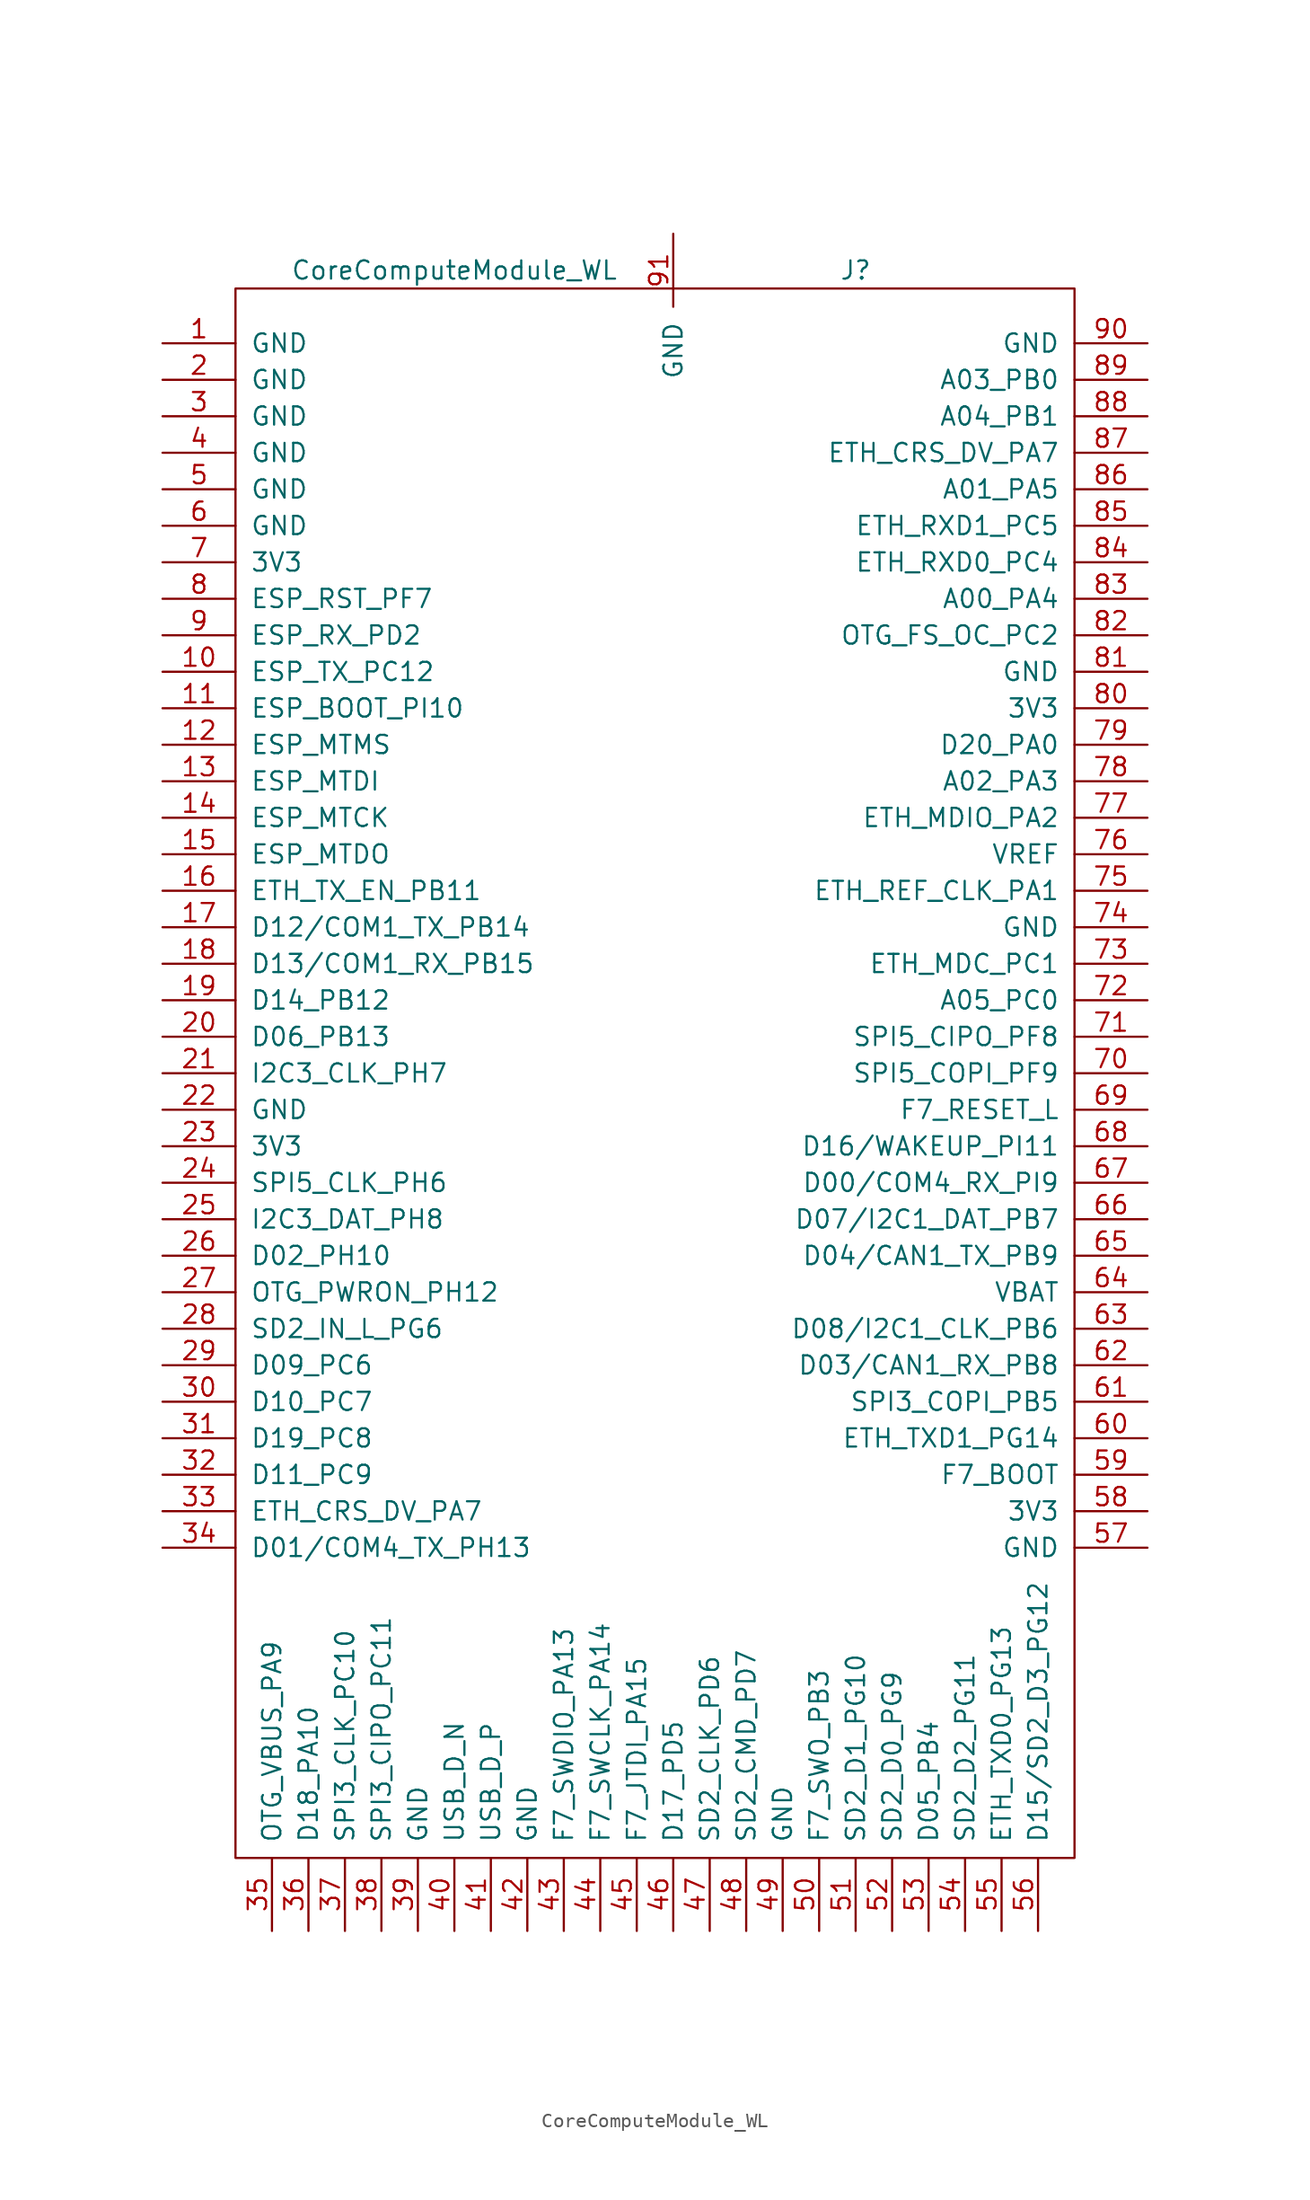
<source format=kicad_sym>
(kicad_symbol_lib
  (version 20211014)
  (generator kicad_symbol_editor)
  (symbol "CoreComputeModule_WL"
    (pin_names
      (offset 1.016))
    (property "Reference" "J"
      (at 12.7 64.77 0)
      (effects (font (size 1.27 1.27))))
    (property "Value" "CoreComputeModule_WL"
      (at -15.24 64.77 0)
      (effects (font (size 1.27 1.27))))
    (symbol "CoreComputeModule_WL_0_1"
      (rectangle (start -30.48 63.5) (end 27.94 -45.72) (stroke (width 0) (type default) (color 0 0 0 0)) (fill (type none))))
    (symbol "CoreComputeModule_WL_1_1"
      (pin power_in line (at -35.56 59.69 0) (length 5.08) (name "GND" (effects (font (size 1.27 1.27)))) (number "1" (effects (font (size 1.27 1.27)))))
      (pin bidirectional line (at -35.56 36.83 0) (length 5.08) (name "ESP_TX_PC12" (effects (font (size 1.27 1.27)))) (number "10" (effects (font (size 1.27 1.27)))))
      (pin bidirectional line (at -35.56 34.29 0) (length 5.08) (name "ESP_BOOT_PI10" (effects (font (size 1.27 1.27)))) (number "11" (effects (font (size 1.27 1.27)))))
      (pin bidirectional line (at -35.56 31.75 0) (length 5.08) (name "ESP_MTMS" (effects (font (size 1.27 1.27)))) (number "12" (effects (font (size 1.27 1.27)))))
      (pin bidirectional line (at -35.56 29.21 0) (length 5.08) (name "ESP_MTDI" (effects (font (size 1.27 1.27)))) (number "13" (effects (font (size 1.27 1.27)))))
      (pin bidirectional line (at -35.56 26.67 0) (length 5.08) (name "ESP_MTCK" (effects (font (size 1.27 1.27)))) (number "14" (effects (font (size 1.27 1.27)))))
      (pin bidirectional line (at -35.56 24.13 0) (length 5.08) (name "ESP_MTDO" (effects (font (size 1.27 1.27)))) (number "15" (effects (font (size 1.27 1.27)))))
      (pin bidirectional line (at -35.56 21.59 0) (length 5.08) (name "ETH_TX_EN_PB11" (effects (font (size 1.27 1.27)))) (number "16" (effects (font (size 1.27 1.27)))))
      (pin bidirectional line (at -35.56 19.05 0) (length 5.08) (name "D12/COM1_TX_PB14" (effects (font (size 1.27 1.27)))) (number "17" (effects (font (size 1.27 1.27)))))
      (pin bidirectional line (at -35.56 16.51 0) (length 5.08) (name "D13/COM1_RX_PB15" (effects (font (size 1.27 1.27)))) (number "18" (effects (font (size 1.27 1.27)))))
      (pin bidirectional line (at -35.56 13.97 0) (length 5.08) (name "D14_PB12" (effects (font (size 1.27 1.27)))) (number "19" (effects (font (size 1.27 1.27)))))
      (pin power_in line (at -35.56 57.15 0) (length 5.08) (name "GND" (effects (font (size 1.27 1.27)))) (number "2" (effects (font (size 1.27 1.27)))))
      (pin bidirectional line (at -35.56 11.43 0) (length 5.08) (name "D06_PB13" (effects (font (size 1.27 1.27)))) (number "20" (effects (font (size 1.27 1.27)))))
      (pin bidirectional line (at -35.56 8.89 0) (length 5.08) (name "I2C3_CLK_PH7" (effects (font (size 1.27 1.27)))) (number "21" (effects (font (size 1.27 1.27)))))
      (pin power_in line (at -35.56 6.35 0) (length 5.08) (name "GND" (effects (font (size 1.27 1.27)))) (number "22" (effects (font (size 1.27 1.27)))))
      (pin power_in line (at -35.56 3.81 0) (length 5.08) (name "3V3" (effects (font (size 1.27 1.27)))) (number "23" (effects (font (size 1.27 1.27)))))
      (pin bidirectional line (at -35.56 1.27 0) (length 5.08) (name "SPI5_CLK_PH6" (effects (font (size 1.27 1.27)))) (number "24" (effects (font (size 1.27 1.27)))))
      (pin bidirectional line (at -35.56 -1.27 0) (length 5.08) (name "I2C3_DAT_PH8" (effects (font (size 1.27 1.27)))) (number "25" (effects (font (size 1.27 1.27)))))
      (pin bidirectional line (at -35.56 -3.81 0) (length 5.08) (name "D02_PH10" (effects (font (size 1.27 1.27)))) (number "26" (effects (font (size 1.27 1.27)))))
      (pin bidirectional line (at -35.56 -6.35 0) (length 5.08) (name "OTG_PWRON_PH12" (effects (font (size 1.27 1.27)))) (number "27" (effects (font (size 1.27 1.27)))))
      (pin bidirectional line (at -35.56 -8.89 0) (length 5.08) (name "SD2_IN_L_PG6" (effects (font (size 1.27 1.27)))) (number "28" (effects (font (size 1.27 1.27)))))
      (pin bidirectional line (at -35.56 -11.43 0) (length 5.08) (name "D09_PC6" (effects (font (size 1.27 1.27)))) (number "29" (effects (font (size 1.27 1.27)))))
      (pin power_in line (at -35.56 54.61 0) (length 5.08) (name "GND" (effects (font (size 1.27 1.27)))) (number "3" (effects (font (size 1.27 1.27)))))
      (pin bidirectional line (at -35.56 -13.97 0) (length 5.08) (name "D10_PC7" (effects (font (size 1.27 1.27)))) (number "30" (effects (font (size 1.27 1.27)))))
      (pin bidirectional line (at -35.56 -16.51 0) (length 5.08) (name "D19_PC8" (effects (font (size 1.27 1.27)))) (number "31" (effects (font (size 1.27 1.27)))))
      (pin bidirectional line (at -35.56 -19.05 0) (length 5.08) (name "D11_PC9" (effects (font (size 1.27 1.27)))) (number "32" (effects (font (size 1.27 1.27)))))
      (pin bidirectional line (at -35.56 -21.59 0) (length 5.08) (name "ETH_CRS_DV_PA7" (effects (font (size 1.27 1.27)))) (number "33" (effects (font (size 1.27 1.27)))))
      (pin bidirectional line (at -35.56 -24.13 0) (length 5.08) (name "D01/COM4_TX_PH13" (effects (font (size 1.27 1.27)))) (number "34" (effects (font (size 1.27 1.27)))))
      (pin bidirectional line (at -27.94 -50.8 90) (length 5.08) (name "OTG_VBUS_PA9" (effects (font (size 1.27 1.27)))) (number "35" (effects (font (size 1.27 1.27)))))
      (pin bidirectional line (at -25.4 -50.8 90) (length 5.08) (name "D18_PA10" (effects (font (size 1.27 1.27)))) (number "36" (effects (font (size 1.27 1.27)))))
      (pin bidirectional line (at -22.86 -50.8 90) (length 5.08) (name "SPI3_CLK_PC10" (effects (font (size 1.27 1.27)))) (number "37" (effects (font (size 1.27 1.27)))))
      (pin bidirectional line (at -20.32 -50.8 90) (length 5.08) (name "SPI3_CIPO_PC11" (effects (font (size 1.27 1.27)))) (number "38" (effects (font (size 1.27 1.27)))))
      (pin power_in line (at -17.78 -50.8 90) (length 5.08) (name "GND" (effects (font (size 1.27 1.27)))) (number "39" (effects (font (size 1.27 1.27)))))
      (pin power_in line (at -35.56 52.07 0) (length 5.08) (name "GND" (effects (font (size 1.27 1.27)))) (number "4" (effects (font (size 1.27 1.27)))))
      (pin bidirectional line (at -15.24 -50.8 90) (length 5.08) (name "USB_D_N" (effects (font (size 1.27 1.27)))) (number "40" (effects (font (size 1.27 1.27)))))
      (pin bidirectional line (at -12.7 -50.8 90) (length 5.08) (name "USB_D_P" (effects (font (size 1.27 1.27)))) (number "41" (effects (font (size 1.27 1.27)))))
      (pin power_in line (at -10.16 -50.8 90) (length 5.08) (name "GND" (effects (font (size 1.27 1.27)))) (number "42" (effects (font (size 1.27 1.27)))))
      (pin bidirectional line (at -7.62 -50.8 90) (length 5.08) (name "F7_SWDIO_PA13" (effects (font (size 1.27 1.27)))) (number "43" (effects (font (size 1.27 1.27)))))
      (pin bidirectional line (at -5.08 -50.8 90) (length 5.08) (name "F7_SWCLK_PA14" (effects (font (size 1.27 1.27)))) (number "44" (effects (font (size 1.27 1.27)))))
      (pin bidirectional line (at -2.54 -50.8 90) (length 5.08) (name "F7_JTDI_PA15" (effects (font (size 1.27 1.27)))) (number "45" (effects (font (size 1.27 1.27)))))
      (pin bidirectional line (at 0 -50.8 90) (length 5.08) (name "D17_PD5" (effects (font (size 1.27 1.27)))) (number "46" (effects (font (size 1.27 1.27)))))
      (pin bidirectional line (at 2.54 -50.8 90) (length 5.08) (name "SD2_CLK_PD6" (effects (font (size 1.27 1.27)))) (number "47" (effects (font (size 1.27 1.27)))))
      (pin bidirectional line (at 5.08 -50.8 90) (length 5.08) (name "SD2_CMD_PD7" (effects (font (size 1.27 1.27)))) (number "48" (effects (font (size 1.27 1.27)))))
      (pin power_in line (at 7.62 -50.8 90) (length 5.08) (name "GND" (effects (font (size 1.27 1.27)))) (number "49" (effects (font (size 1.27 1.27)))))
      (pin power_in line (at -35.56 49.53 0) (length 5.08) (name "GND" (effects (font (size 1.27 1.27)))) (number "5" (effects (font (size 1.27 1.27)))))
      (pin bidirectional line (at 10.16 -50.8 90) (length 5.08) (name "F7_SWO_PB3" (effects (font (size 1.27 1.27)))) (number "50" (effects (font (size 1.27 1.27)))))
      (pin bidirectional line (at 12.7 -50.8 90) (length 5.08) (name "SD2_D1_PG10" (effects (font (size 1.27 1.27)))) (number "51" (effects (font (size 1.27 1.27)))))
      (pin bidirectional line (at 15.24 -50.8 90) (length 5.08) (name "SD2_D0_PG9" (effects (font (size 1.27 1.27)))) (number "52" (effects (font (size 1.27 1.27)))))
      (pin bidirectional line (at 17.78 -50.8 90) (length 5.08) (name "D05_PB4" (effects (font (size 1.27 1.27)))) (number "53" (effects (font (size 1.27 1.27)))))
      (pin bidirectional line (at 20.32 -50.8 90) (length 5.08) (name "SD2_D2_PG11" (effects (font (size 1.27 1.27)))) (number "54" (effects (font (size 1.27 1.27)))))
      (pin bidirectional line (at 22.86 -50.8 90) (length 5.08) (name "ETH_TXD0_PG13" (effects (font (size 1.27 1.27)))) (number "55" (effects (font (size 1.27 1.27)))))
      (pin bidirectional line (at 25.4 -50.8 90) (length 5.08) (name "D15/SD2_D3_PG12" (effects (font (size 1.27 1.27)))) (number "56" (effects (font (size 1.27 1.27)))))
      (pin power_in line (at 33.02 -24.13 180) (length 5.08) (name "GND" (effects (font (size 1.27 1.27)))) (number "57" (effects (font (size 1.27 1.27)))))
      (pin power_in line (at 33.02 -21.59 180) (length 5.08) (name "3V3" (effects (font (size 1.27 1.27)))) (number "58" (effects (font (size 1.27 1.27)))))
      (pin bidirectional line (at 33.02 -19.05 180) (length 5.08) (name "F7_BOOT" (effects (font (size 1.27 1.27)))) (number "59" (effects (font (size 1.27 1.27)))))
      (pin power_in line (at -35.56 46.99 0) (length 5.08) (name "GND" (effects (font (size 1.27 1.27)))) (number "6" (effects (font (size 1.27 1.27)))))
      (pin bidirectional line (at 33.02 -16.51 180) (length 5.08) (name "ETH_TXD1_PG14" (effects (font (size 1.27 1.27)))) (number "60" (effects (font (size 1.27 1.27)))))
      (pin bidirectional line (at 33.02 -13.97 180) (length 5.08) (name "SPI3_COPI_PB5" (effects (font (size 1.27 1.27)))) (number "61" (effects (font (size 1.27 1.27)))))
      (pin bidirectional line (at 33.02 -11.43 180) (length 5.08) (name "D03/CAN1_RX_PB8" (effects (font (size 1.27 1.27)))) (number "62" (effects (font (size 1.27 1.27)))))
      (pin bidirectional line (at 33.02 -8.89 180) (length 5.08) (name "D08/I2C1_CLK_PB6" (effects (font (size 1.27 1.27)))) (number "63" (effects (font (size 1.27 1.27)))))
      (pin power_in line (at 33.02 -6.35 180) (length 5.08) (name "VBAT" (effects (font (size 1.27 1.27)))) (number "64" (effects (font (size 1.27 1.27)))))
      (pin bidirectional line (at 33.02 -3.81 180) (length 5.08) (name "D04/CAN1_TX_PB9" (effects (font (size 1.27 1.27)))) (number "65" (effects (font (size 1.27 1.27)))))
      (pin bidirectional line (at 33.02 -1.27 180) (length 5.08) (name "D07/I2C1_DAT_PB7" (effects (font (size 1.27 1.27)))) (number "66" (effects (font (size 1.27 1.27)))))
      (pin bidirectional line (at 33.02 1.27 180) (length 5.08) (name "D00/COM4_RX_PI9" (effects (font (size 1.27 1.27)))) (number "67" (effects (font (size 1.27 1.27)))))
      (pin bidirectional line (at 33.02 3.81 180) (length 5.08) (name "D16/WAKEUP_PI11" (effects (font (size 1.27 1.27)))) (number "68" (effects (font (size 1.27 1.27)))))
      (pin bidirectional line (at 33.02 6.35 180) (length 5.08) (name "F7_RESET_L" (effects (font (size 1.27 1.27)))) (number "69" (effects (font (size 1.27 1.27)))))
      (pin power_in line (at -35.56 44.45 0) (length 5.08) (name "3V3" (effects (font (size 1.27 1.27)))) (number "7" (effects (font (size 1.27 1.27)))))
      (pin bidirectional line (at 33.02 8.89 180) (length 5.08) (name "SPI5_COPI_PF9" (effects (font (size 1.27 1.27)))) (number "70" (effects (font (size 1.27 1.27)))))
      (pin bidirectional line (at 33.02 11.43 180) (length 5.08) (name "SPI5_CIPO_PF8" (effects (font (size 1.27 1.27)))) (number "71" (effects (font (size 1.27 1.27)))))
      (pin bidirectional line (at 33.02 13.97 180) (length 5.08) (name "A05_PC0" (effects (font (size 1.27 1.27)))) (number "72" (effects (font (size 1.27 1.27)))))
      (pin bidirectional line (at 33.02 16.51 180) (length 5.08) (name "ETH_MDC_PC1" (effects (font (size 1.27 1.27)))) (number "73" (effects (font (size 1.27 1.27)))))
      (pin power_in line (at 33.02 19.05 180) (length 5.08) (name "GND" (effects (font (size 1.27 1.27)))) (number "74" (effects (font (size 1.27 1.27)))))
      (pin bidirectional line (at 33.02 21.59 180) (length 5.08) (name "ETH_REF_CLK_PA1" (effects (font (size 1.27 1.27)))) (number "75" (effects (font (size 1.27 1.27)))))
      (pin power_in line (at 33.02 24.13 180) (length 5.08) (name "VREF" (effects (font (size 1.27 1.27)))) (number "76" (effects (font (size 1.27 1.27)))))
      (pin bidirectional line (at 33.02 26.67 180) (length 5.08) (name "ETH_MDIO_PA2" (effects (font (size 1.27 1.27)))) (number "77" (effects (font (size 1.27 1.27)))))
      (pin bidirectional line (at 33.02 29.21 180) (length 5.08) (name "A02_PA3" (effects (font (size 1.27 1.27)))) (number "78" (effects (font (size 1.27 1.27)))))
      (pin bidirectional line (at 33.02 31.75 180) (length 5.08) (name "D20_PA0" (effects (font (size 1.27 1.27)))) (number "79" (effects (font (size 1.27 1.27)))))
      (pin bidirectional line (at -35.56 41.91 0) (length 5.08) (name "ESP_RST_PF7" (effects (font (size 1.27 1.27)))) (number "8" (effects (font (size 1.27 1.27)))))
      (pin power_in line (at 33.02 34.29 180) (length 5.08) (name "3V3" (effects (font (size 1.27 1.27)))) (number "80" (effects (font (size 1.27 1.27)))))
      (pin power_in line (at 33.02 36.83 180) (length 5.08) (name "GND" (effects (font (size 1.27 1.27)))) (number "81" (effects (font (size 1.27 1.27)))))
      (pin bidirectional line (at 33.02 39.37 180) (length 5.08) (name "OTG_FS_OC_PC2" (effects (font (size 1.27 1.27)))) (number "82" (effects (font (size 1.27 1.27)))))
      (pin bidirectional line (at 33.02 41.91 180) (length 5.08) (name "A00_PA4" (effects (font (size 1.27 1.27)))) (number "83" (effects (font (size 1.27 1.27)))))
      (pin bidirectional line (at 33.02 44.45 180) (length 5.08) (name "ETH_RXD0_PC4" (effects (font (size 1.27 1.27)))) (number "84" (effects (font (size 1.27 1.27)))))
      (pin bidirectional line (at 33.02 46.99 180) (length 5.08) (name "ETH_RXD1_PC5" (effects (font (size 1.27 1.27)))) (number "85" (effects (font (size 1.27 1.27)))))
      (pin bidirectional line (at 33.02 49.53 180) (length 5.08) (name "A01_PA5" (effects (font (size 1.27 1.27)))) (number "86" (effects (font (size 1.27 1.27)))))
      (pin bidirectional line (at 33.02 52.07 180) (length 5.08) (name "ETH_CRS_DV_PA7" (effects (font (size 1.27 1.27)))) (number "87" (effects (font (size 1.27 1.27)))))
      (pin bidirectional line (at 33.02 54.61 180) (length 5.08) (name "A04_PB1" (effects (font (size 1.27 1.27)))) (number "88" (effects (font (size 1.27 1.27)))))
      (pin bidirectional line (at 33.02 57.15 180) (length 5.08) (name "A03_PB0" (effects (font (size 1.27 1.27)))) (number "89" (effects (font (size 1.27 1.27)))))
      (pin bidirectional line (at -35.56 39.37 0) (length 5.08) (name "ESP_RX_PD2" (effects (font (size 1.27 1.27)))) (number "9" (effects (font (size 1.27 1.27)))))
      (pin power_in line (at 33.02 59.69 180) (length 5.08) (name "GND" (effects (font (size 1.27 1.27)))) (number "90" (effects (font (size 1.27 1.27)))))
      (pin power_in line (at 0 67.31 270) (length 5.08) (name "GND" (effects (font (size 1.27 1.27)))) (number "91" (effects (font (size 1.27 1.27))))))))
</source>
